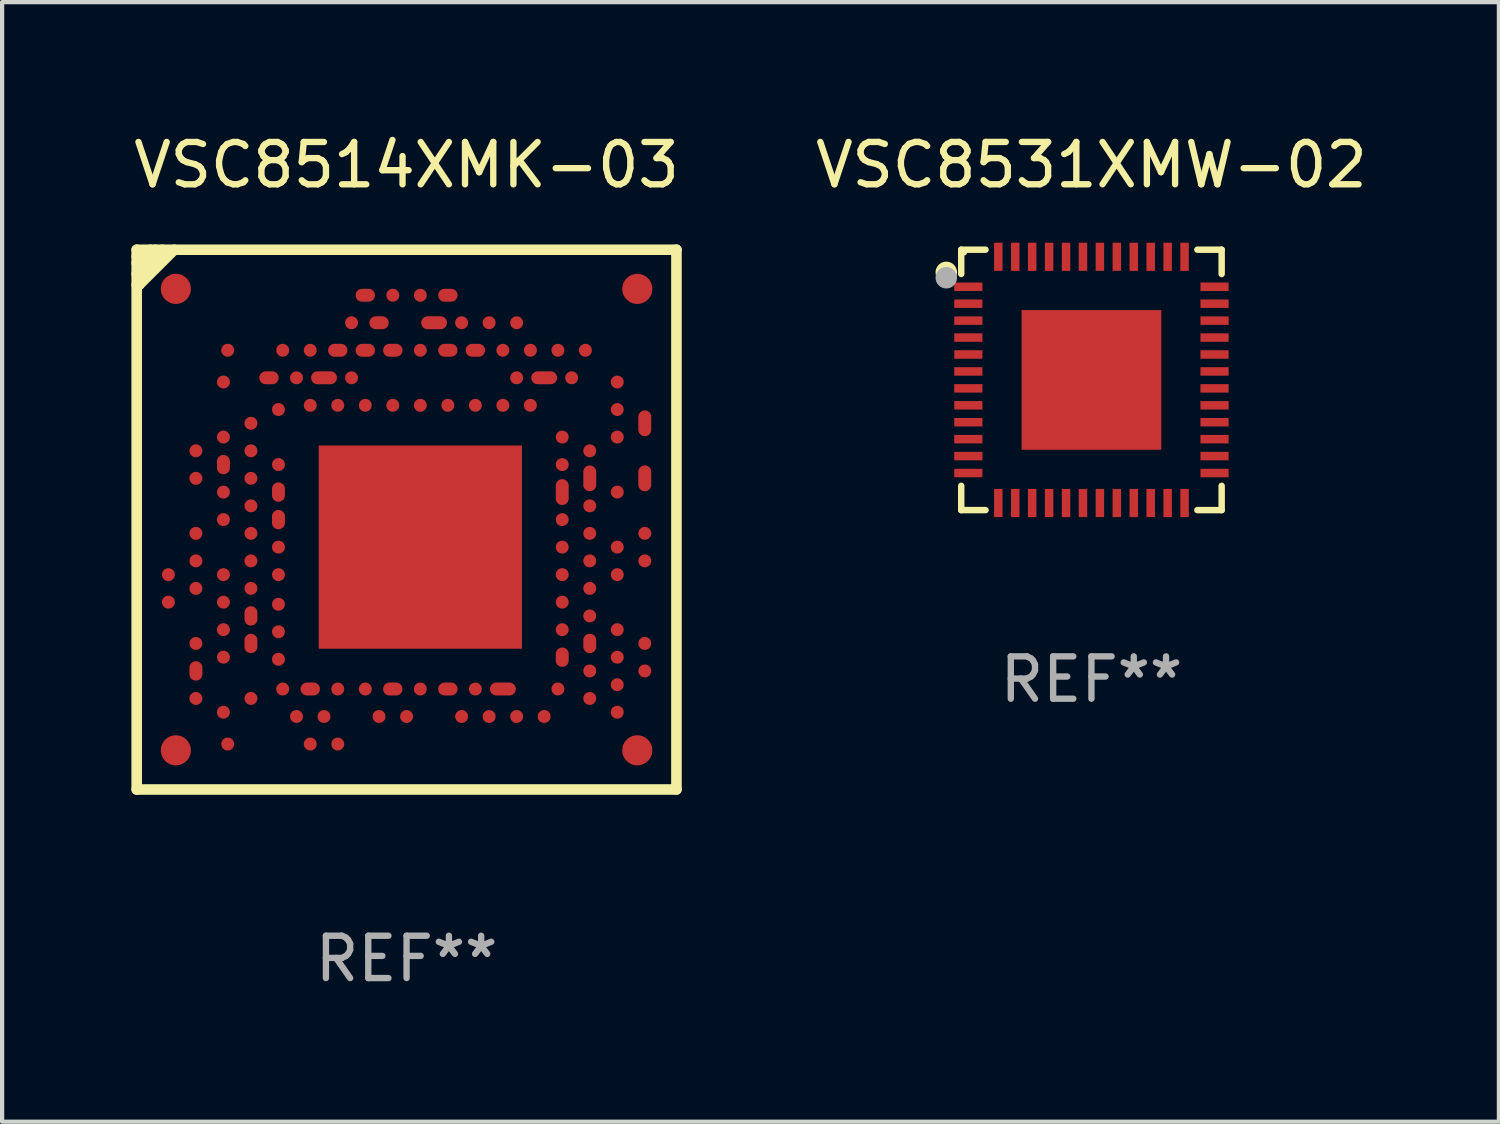
<source format=kicad_pcb>
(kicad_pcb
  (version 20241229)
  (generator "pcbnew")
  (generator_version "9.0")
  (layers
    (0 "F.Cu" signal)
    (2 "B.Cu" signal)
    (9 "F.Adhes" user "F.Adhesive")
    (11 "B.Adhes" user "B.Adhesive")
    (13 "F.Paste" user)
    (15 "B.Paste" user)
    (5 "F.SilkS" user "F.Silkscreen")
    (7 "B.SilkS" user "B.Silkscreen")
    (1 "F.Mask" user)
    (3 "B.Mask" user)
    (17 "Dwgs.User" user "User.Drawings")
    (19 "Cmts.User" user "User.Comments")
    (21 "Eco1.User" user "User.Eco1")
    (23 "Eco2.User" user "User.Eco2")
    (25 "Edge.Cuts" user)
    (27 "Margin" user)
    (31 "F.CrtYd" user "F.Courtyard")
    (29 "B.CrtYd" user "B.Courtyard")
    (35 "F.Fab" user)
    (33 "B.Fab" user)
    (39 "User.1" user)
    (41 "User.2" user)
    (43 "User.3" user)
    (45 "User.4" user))
  (footprint "VSC8531XMW-02"
    (layer "F.Cu")
    (at 22.732 5.924)
    (property "Reference" "VSC8531XMW-02" (at 0 -5.076 0) (layer "F.SilkS") (effects (font (size 1 1) (thickness 0.15))))
    (attr through_hole)
    (fp_line (start -3.076 -3.076) (end -3.076 -2.502) (stroke (width 0.152) (type solid)) (layer "F.SilkS"))
    (fp_line (start -3.076 3.076) (end -3.076 2.502) (stroke (width 0.152) (type solid)) (layer "F.SilkS"))
    (fp_line (start -2.502 -3.076) (end -3.076 -3.076) (stroke (width 0.152) (type solid)) (layer "F.SilkS"))
    (fp_line (start -2.502 3.076) (end -3.076 3.076) (stroke (width 0.152) (type solid)) (layer "F.SilkS"))
    (fp_line (start 2.502 -3.076) (end 3.076 -3.076) (stroke (width 0.152) (type solid)) (layer "F.SilkS"))
    (fp_line (start 2.502 3.076) (end 3.076 3.076) (stroke (width 0.152) (type solid)) (layer "F.SilkS"))
    (fp_line (start 3.076 -3.076) (end 3.076 -2.502) (stroke (width 0.152) (type solid)) (layer "F.SilkS"))
    (fp_line (start 3.076 3.076) (end 3.076 2.502) (stroke (width 0.152) (type solid)) (layer "F.SilkS"))
    (fp_circle (center -3.429 -2.54) (end -3.302 -2.54) (stroke (width 0.254) (type solid)) (fill no) (layer "F.SilkS"))
    (fp_circle (center -3 -3) (end -2.97 -3) (stroke (width 0.06) (type solid)) (fill no) (layer "F.SilkS"))
    (fp_circle (center -3.429 -2.413) (end -3.302 -2.413) (stroke (width 0.254) (type solid)) (fill no) (layer "F.Fab"))
    (fp_text user "REF**" (at 0 7.076 0) (layer "F.Fab") (effects (font (size 1 1) (thickness 0.15))))
    (pad "1" smd rect (at -2.908 -2.2 270) (size 0.2 0.665) (layers "F.Cu" "F.Mask" "F.Paste"))
    (pad "2" smd rect (at -2.908 -1.8 270) (size 0.2 0.665) (layers "F.Cu" "F.Mask" "F.Paste"))
    (pad "3" smd rect (at -2.908 -1.4 270) (size 0.2 0.665) (layers "F.Cu" "F.Mask" "F.Paste"))
    (pad "4" smd rect (at -2.908 -1 270) (size 0.2 0.665) (layers "F.Cu" "F.Mask" "F.Paste"))
    (pad "5" smd rect (at -2.908 -0.6 270) (size 0.2 0.665) (layers "F.Cu" "F.Mask" "F.Paste"))
    (pad "6" smd rect (at -2.908 -0.2 270) (size 0.2 0.665) (layers "F.Cu" "F.Mask" "F.Paste"))
    (pad "7" smd rect (at -2.908 0.2 270) (size 0.2 0.665) (layers "F.Cu" "F.Mask" "F.Paste"))
    (pad "8" smd rect (at -2.908 0.6 270) (size 0.2 0.665) (layers "F.Cu" "F.Mask" "F.Paste"))
    (pad "9" smd rect (at -2.908 1 270) (size 0.2 0.665) (layers "F.Cu" "F.Mask" "F.Paste"))
    (pad "10" smd rect (at -2.908 1.4 270) (size 0.2 0.665) (layers "F.Cu" "F.Mask" "F.Paste"))
    (pad "11" smd rect (at -2.908 1.8 270) (size 0.2 0.665) (layers "F.Cu" "F.Mask" "F.Paste"))
    (pad "12" smd rect (at -2.908 2.2 270) (size 0.2 0.665) (layers "F.Cu" "F.Mask" "F.Paste"))
    (pad "13" smd rect (at -2.2 2.908 270) (size 0.665 0.2) (layers "F.Cu" "F.Mask" "F.Paste"))
    (pad "14" smd rect (at -1.8 2.908 270) (size 0.665 0.2) (layers "F.Cu" "F.Mask" "F.Paste"))
    (pad "15" smd rect (at -1.4 2.908 270) (size 0.665 0.2) (layers "F.Cu" "F.Mask" "F.Paste"))
    (pad "16" smd rect (at -1 2.908 270) (size 0.665 0.2) (layers "F.Cu" "F.Mask" "F.Paste"))
    (pad "17" smd rect (at -0.6 2.908 270) (size 0.665 0.2) (layers "F.Cu" "F.Mask" "F.Paste"))
    (pad "18" smd rect (at -0.2 2.908 270) (size 0.665 0.2) (layers "F.Cu" "F.Mask" "F.Paste"))
    (pad "19" smd rect (at 0.2 2.908 270) (size 0.665 0.2) (layers "F.Cu" "F.Mask" "F.Paste"))
    (pad "20" smd rect (at 0.6 2.908 270) (size 0.665 0.2) (layers "F.Cu" "F.Mask" "F.Paste"))
    (pad "21" smd rect (at 1 2.908 270) (size 0.665 0.2) (layers "F.Cu" "F.Mask" "F.Paste"))
    (pad "22" smd rect (at 1.4 2.908 270) (size 0.665 0.2) (layers "F.Cu" "F.Mask" "F.Paste"))
    (pad "23" smd rect (at 1.8 2.908 270) (size 0.665 0.2) (layers "F.Cu" "F.Mask" "F.Paste"))
    (pad "24" smd rect (at 2.2 2.908 270) (size 0.665 0.2) (layers "F.Cu" "F.Mask" "F.Paste"))
    (pad "25" smd rect (at 2.908 2.2 270) (size 0.2 0.665) (layers "F.Cu" "F.Mask" "F.Paste"))
    (pad "26" smd rect (at 2.908 1.8 270) (size 0.2 0.665) (layers "F.Cu" "F.Mask" "F.Paste"))
    (pad "27" smd rect (at 2.908 1.4 270) (size 0.2 0.665) (layers "F.Cu" "F.Mask" "F.Paste"))
    (pad "28" smd rect (at 2.908 1 270) (size 0.2 0.665) (layers "F.Cu" "F.Mask" "F.Paste"))
    (pad "29" smd rect (at 2.908 0.6 270) (size 0.2 0.665) (layers "F.Cu" "F.Mask" "F.Paste"))
    (pad "30" smd rect (at 2.908 0.2 270) (size 0.2 0.665) (layers "F.Cu" "F.Mask" "F.Paste"))
    (pad "31" smd rect (at 2.908 -0.2 270) (size 0.2 0.665) (layers "F.Cu" "F.Mask" "F.Paste"))
    (pad "32" smd rect (at 2.908 -0.6 270) (size 0.2 0.665) (layers "F.Cu" "F.Mask" "F.Paste"))
    (pad "33" smd rect (at 2.908 -1 270) (size 0.2 0.665) (layers "F.Cu" "F.Mask" "F.Paste"))
    (pad "34" smd rect (at 2.908 -1.4 270) (size 0.2 0.665) (layers "F.Cu" "F.Mask" "F.Paste"))
    (pad "35" smd rect (at 2.908 -1.8 270) (size 0.2 0.665) (layers "F.Cu" "F.Mask" "F.Paste"))
    (pad "36" smd rect (at 2.908 -2.2 270) (size 0.2 0.665) (layers "F.Cu" "F.Mask" "F.Paste"))
    (pad "37" smd rect (at 2.2 -2.908 270) (size 0.665 0.2) (layers "F.Cu" "F.Mask" "F.Paste"))
    (pad "38" smd rect (at 1.8 -2.908 270) (size 0.665 0.2) (layers "F.Cu" "F.Mask" "F.Paste"))
    (pad "39" smd rect (at 1.4 -2.908 270) (size 0.665 0.2) (layers "F.Cu" "F.Mask" "F.Paste"))
    (pad "40" smd rect (at 1 -2.908 270) (size 0.665 0.2) (layers "F.Cu" "F.Mask" "F.Paste"))
    (pad "41" smd rect (at 0.6 -2.908 270) (size 0.665 0.2) (layers "F.Cu" "F.Mask" "F.Paste"))
    (pad "42" smd rect (at 0.2 -2.908 270) (size 0.665 0.2) (layers "F.Cu" "F.Mask" "F.Paste"))
    (pad "43" smd rect (at -0.2 -2.908 270) (size 0.665 0.2) (layers "F.Cu" "F.Mask" "F.Paste"))
    (pad "44" smd rect (at -0.6 -2.908 270) (size 0.665 0.2) (layers "F.Cu" "F.Mask" "F.Paste"))
    (pad "45" smd rect (at -1 -2.908 270) (size 0.665 0.2) (layers "F.Cu" "F.Mask" "F.Paste"))
    (pad "46" smd rect (at -1.4 -2.908 270) (size 0.665 0.2) (layers "F.Cu" "F.Mask" "F.Paste"))
    (pad "47" smd rect (at -1.8 -2.908 270) (size 0.665 0.2) (layers "F.Cu" "F.Mask" "F.Paste"))
    (pad "48" smd rect (at -2.2 -2.908 270) (size 0.665 0.2) (layers "F.Cu" "F.Mask" "F.Paste"))
    (pad "49" smd rect (at -0.000025 0.000025 270) (size 3.3 3.3) (layers "F.Cu" "F.Mask" "F.Paste")))
  (footprint "VSC8514XMK-03"
    (layer "F.Cu")
    (at 6.554 9.224)
    (property "Reference" "VSC8514XMK-03" (at 0 -8.375 0) (layer "F.SilkS") (effects (font (size 1 1) (thickness 0.15))))
    (attr through_hole)
    (fp_line (start -6.375 -6.375) (end -6.375 6.375) (stroke (width 0.25) (type solid)) (layer "F.SilkS"))
    (fp_line (start -6.375 -6.214) (end -6.212 -6.214) (stroke (width 0.25) (type solid)) (layer "F.SilkS"))
    (fp_line (start -6.375 -6.064) (end -6.245 -6.064) (stroke (width 0.25) (type solid)) (layer "F.SilkS"))
    (fp_line (start -6.375 -5.805) (end -6.344 -5.805) (stroke (width 0.25) (type solid)) (layer "F.SilkS"))
    (fp_line (start -6.375 -5.547) (end -6.316 -5.547) (stroke (width 0.25) (type solid)) (layer "F.SilkS"))
    (fp_line (start -6.375 6.375) (end 6.375 6.375) (stroke (width 0.25) (type solid)) (layer "F.SilkS"))
    (fp_line (start -6.344 -5.805) (end -5.774 -6.375) (stroke (width 0.25) (type solid)) (layer "F.SilkS"))
    (fp_line (start -6.316 -5.547) (end -5.487 -6.375) (stroke (width 0.25) (type solid)) (layer "F.SilkS"))
    (fp_line (start -6.245 -6.064) (end -5.934 -6.375) (stroke (width 0.25) (type solid)) (layer "F.SilkS"))
    (fp_line (start -6.212 -6.214) (end -6.051 -6.375) (stroke (width 0.25) (type solid)) (layer "F.SilkS"))
    (fp_line (start 6.375 -6.375) (end -6.375 -6.375) (stroke (width 0.25) (type solid)) (layer "F.SilkS"))
    (fp_line (start 6.375 6.375) (end 6.375 -6.375) (stroke (width 0.25) (type solid)) (layer "F.SilkS"))
    (fp_text user "REF**" (at 0 10.375 0) (layer "F.Fab") (effects (font (size 1 1) (thickness 0.15))))
    (pad "139" smd rect (at 0.325 0.65) (size 4.801 4.801) (layers "F.Cu" "F.Mask" "F.Paste"))
    (pad "A1" smd circle (at -5.45 -5.45) (size 0.711 0.711) (layers "F.Cu" "F.Mask" "F.Paste"))
    (pad "A2" smd circle (at -5.626 1.3) (size 0.305 0.305) (layers "F.Cu" "F.Mask" "F.Paste"))
    (pad "A3" smd circle (at -5.626 1.95) (size 0.305 0.305) (layers "F.Cu" "F.Mask" "F.Paste"))
    (pad "A4" smd circle (at -5.45 5.45) (size 0.711 0.711) (layers "F.Cu" "F.Mask" "F.Paste"))
    (pad "A5" smd circle (at 5.45 5.45) (size 0.711 0.711) (layers "F.Cu" "F.Mask" "F.Paste"))
    (pad "A6" smd circle (at 5.45 -5.45) (size 0.711 0.711) (layers "F.Cu" "F.Mask" "F.Paste"))
    (pad "A7" smd oval (at 0.975 -5.3) (size 0.457 0.305) (layers "F.Cu" "F.Mask" "F.Paste"))
    (pad "A8" smd circle (at 0.325 -5.3) (size 0.305 0.305) (layers "F.Cu" "F.Mask" "F.Paste"))
    (pad "A9" smd circle (at -0.325 -5.3) (size 0.305 0.305) (layers "F.Cu" "F.Mask" "F.Paste"))
    (pad "A10" smd oval (at -0.975 -5.3) (size 0.457 0.305) (layers "F.Cu" "F.Mask" "F.Paste"))
    (pad "B1" smd circle (at -4.976 -1.625) (size 0.305 0.305) (layers "F.Cu" "F.Mask" "F.Paste"))
    (pad "B2" smd circle (at -4.976 -0.975) (size 0.305 0.305) (layers "F.Cu" "F.Mask" "F.Paste"))
    (pad "B3" smd circle (at -4.976 0.325) (size 0.305 0.305) (layers "F.Cu" "F.Mask" "F.Paste"))
    (pad "B4" smd circle (at -4.976 0.975) (size 0.305 0.305) (layers "F.Cu" "F.Mask" "F.Paste"))
    (pad "B5" smd circle (at -4.976 1.625) (size 0.305 0.305) (layers "F.Cu" "F.Mask" "F.Paste"))
    (pad "B6" smd circle (at -4.976 2.925) (size 0.305 0.305) (layers "F.Cu" "F.Mask" "F.Paste"))
    (pad "B7" smd oval (at -4.976 3.575 90) (size 0.457 0.305) (layers "F.Cu" "F.Mask" "F.Paste"))
    (pad "B8" smd circle (at -4.976 4.225) (size 0.305 0.305) (layers "F.Cu" "F.Mask" "F.Paste"))
    (pad "B9" smd circle (at 5.627 3.575) (size 0.305 0.305) (layers "F.Cu" "F.Mask" "F.Paste"))
    (pad "B10" smd circle (at 5.627 2.925) (size 0.305 0.305) (layers "F.Cu" "F.Mask" "F.Paste"))
    (pad "B11" smd circle (at 5.627 0.975) (size 0.305 0.305) (layers "F.Cu" "F.Mask" "F.Paste"))
    (pad "B12" smd circle (at 5.627 0.325) (size 0.305 0.305) (layers "F.Cu" "F.Mask" "F.Paste"))
    (pad "B13" smd oval (at 5.627 -0.975 90) (size 0.61 0.305) (layers "F.Cu" "F.Mask" "F.Paste"))
    (pad "B14" smd oval (at 5.627 -2.275 90) (size 0.61 0.305) (layers "F.Cu" "F.Mask" "F.Paste"))
    (pad "B15" smd circle (at 2.6 -4.65) (size 0.305 0.305) (layers "F.Cu" "F.Mask" "F.Paste"))
    (pad "B16" smd circle (at 1.95 -4.65) (size 0.305 0.305) (layers "F.Cu" "F.Mask" "F.Paste"))
    (pad "B17" smd circle (at 1.3 -4.65) (size 0.305 0.305) (layers "F.Cu" "F.Mask" "F.Paste"))
    (pad "B18" smd oval (at 0.65 -4.65) (size 0.61 0.305) (layers "F.Cu" "F.Mask" "F.Paste"))
    (pad "B19" smd oval (at -0.65 -4.65) (size 0.457 0.305) (layers "F.Cu" "F.Mask" "F.Paste"))
    (pad "B20" smd circle (at -1.3 -4.65) (size 0.305 0.305) (layers "F.Cu" "F.Mask" "F.Paste"))
    (pad "C1" smd circle (at -4.326 -3.25) (size 0.305 0.305) (layers "F.Cu" "F.Mask" "F.Paste"))
    (pad "C2" smd circle (at -4.326 -1.95) (size 0.305 0.305) (layers "F.Cu" "F.Mask" "F.Paste"))
    (pad "C3" smd oval (at -4.326 -1.3 90) (size 0.457 0.305) (layers "F.Cu" "F.Mask" "F.Paste"))
    (pad "C4" smd circle (at -4.326 -0.65) (size 0.305 0.305) (layers "F.Cu" "F.Mask" "F.Paste"))
    (pad "C5" smd circle (at -4.326 0) (size 0.305 0.305) (layers "F.Cu" "F.Mask" "F.Paste"))
    (pad "C6" smd circle (at -4.326 1.3) (size 0.305 0.305) (layers "F.Cu" "F.Mask" "F.Paste"))
    (pad "C7" smd circle (at -4.326 1.95) (size 0.305 0.305) (layers "F.Cu" "F.Mask" "F.Paste"))
    (pad "C8" smd circle (at -4.326 2.6) (size 0.305 0.305) (layers "F.Cu" "F.Mask" "F.Paste"))
    (pad "C9" smd circle (at -4.326 3.25) (size 0.305 0.305) (layers "F.Cu" "F.Mask" "F.Paste"))
    (pad "C10" smd circle (at -4.326 4.55) (size 0.305 0.305) (layers "F.Cu" "F.Mask" "F.Paste"))
    (pad "C11" smd circle (at -4.225 5.302) (size 0.305 0.305) (layers "F.Cu" "F.Mask" "F.Paste"))
    (pad "C12" smd circle (at -2.275 5.302) (size 0.305 0.305) (layers "F.Cu" "F.Mask" "F.Paste"))
    (pad "C13" smd circle (at -1.625 5.302) (size 0.305 0.305) (layers "F.Cu" "F.Mask" "F.Paste"))
    (pad "C14" smd circle (at 4.977 4.55) (size 0.305 0.305) (layers "F.Cu" "F.Mask" "F.Paste"))
    (pad "C15" smd circle (at 4.977 3.9) (size 0.305 0.305) (layers "F.Cu" "F.Mask" "F.Paste"))
    (pad "C16" smd circle (at 4.977 3.25) (size 0.305 0.305) (layers "F.Cu" "F.Mask" "F.Paste"))
    (pad "C17" smd circle (at 4.977 2.6) (size 0.305 0.305) (layers "F.Cu" "F.Mask" "F.Paste"))
    (pad "C18" smd circle (at 4.977 1.3) (size 0.305 0.305) (layers "F.Cu" "F.Mask" "F.Paste"))
    (pad "C19" smd circle (at 4.977 0.65) (size 0.305 0.305) (layers "F.Cu" "F.Mask" "F.Paste"))
    (pad "C20" smd circle (at 4.977 -0.65) (size 0.305 0.305) (layers "F.Cu" "F.Mask" "F.Paste"))
    (pad "C21" smd circle (at 4.977 -1.95) (size 0.305 0.305) (layers "F.Cu" "F.Mask" "F.Paste"))
    (pad "C22" smd circle (at 4.977 -2.6) (size 0.305 0.305) (layers "F.Cu" "F.Mask" "F.Paste"))
    (pad "C23" smd circle (at 4.977 -3.25) (size 0.305 0.305) (layers "F.Cu" "F.Mask" "F.Paste"))
    (pad "C24" smd circle (at 4.225 -4) (size 0.305 0.305) (layers "F.Cu" "F.Mask" "F.Paste"))
    (pad "C25" smd circle (at 3.575 -4) (size 0.305 0.305) (layers "F.Cu" "F.Mask" "F.Paste"))
    (pad "C26" smd circle (at 2.925 -4) (size 0.305 0.305) (layers "F.Cu" "F.Mask" "F.Paste"))
    (pad "C27" smd circle (at 2.275 -4) (size 0.305 0.305) (layers "F.Cu" "F.Mask" "F.Paste"))
    (pad "C28" smd oval (at 1.625 -4) (size 0.457 0.305) (layers "F.Cu" "F.Mask" "F.Paste"))
    (pad "C29" smd oval (at 0.975 -4) (size 0.457 0.305) (layers "F.Cu" "F.Mask" "F.Paste"))
    (pad "C30" smd circle (at 0.325 -4) (size 0.305 0.305) (layers "F.Cu" "F.Mask" "F.Paste"))
    (pad "C31" smd oval (at -0.325 -4) (size 0.457 0.305) (layers "F.Cu" "F.Mask" "F.Paste"))
    (pad "C32" smd oval (at -0.975 -4) (size 0.457 0.305) (layers "F.Cu" "F.Mask" "F.Paste"))
    (pad "C33" smd oval (at -1.625 -4) (size 0.457 0.305) (layers "F.Cu" "F.Mask" "F.Paste"))
    (pad "C34" smd circle (at -2.275 -4) (size 0.305 0.305) (layers "F.Cu" "F.Mask" "F.Paste"))
    (pad "C35" smd circle (at -2.925 -4) (size 0.305 0.305) (layers "F.Cu" "F.Mask" "F.Paste"))
    (pad "C36" smd circle (at -4.225 -4.001) (size 0.305 0.305) (layers "F.Cu" "F.Mask" "F.Paste"))
    (pad "D1" smd circle (at -3.676 -2.275) (size 0.305 0.305) (layers "F.Cu" "F.Mask" "F.Paste"))
    (pad "D2" smd circle (at -3.676 -1.625) (size 0.305 0.305) (layers "F.Cu" "F.Mask" "F.Paste"))
    (pad "D3" smd circle (at -3.676 -0.975) (size 0.305 0.305) (layers "F.Cu" "F.Mask" "F.Paste"))
    (pad "D4" smd circle (at -3.676 -0.325) (size 0.305 0.305) (layers "F.Cu" "F.Mask" "F.Paste"))
    (pad "D5" smd circle (at -3.676 0.325) (size 0.305 0.305) (layers "F.Cu" "F.Mask" "F.Paste"))
    (pad "D6" smd circle (at -3.676 0.975) (size 0.305 0.305) (layers "F.Cu" "F.Mask" "F.Paste"))
    (pad "D7" smd circle (at -3.676 1.625) (size 0.305 0.305) (layers "F.Cu" "F.Mask" "F.Paste"))
    (pad "D8" smd oval (at -3.676 2.275 90) (size 0.457 0.305) (layers "F.Cu" "F.Mask" "F.Paste"))
    (pad "D9" smd oval (at -3.676 2.925 90) (size 0.457 0.305) (layers "F.Cu" "F.Mask" "F.Paste"))
    (pad "D10" smd circle (at -3.676 4.225) (size 0.305 0.305) (layers "F.Cu" "F.Mask" "F.Paste"))
    (pad "D11" smd circle (at -2.6 4.651) (size 0.305 0.305) (layers "F.Cu" "F.Mask" "F.Paste"))
    (pad "D12" smd circle (at -1.95 4.651) (size 0.305 0.305) (layers "F.Cu" "F.Mask" "F.Paste"))
    (pad "D13" smd circle (at -0.65 4.651) (size 0.305 0.305) (layers "F.Cu" "F.Mask" "F.Paste"))
    (pad "D14" smd circle (at 0 4.651) (size 0.305 0.305) (layers "F.Cu" "F.Mask" "F.Paste"))
    (pad "D15" smd circle (at 1.3 4.651) (size 0.305 0.305) (layers "F.Cu" "F.Mask" "F.Paste"))
    (pad "D16" smd circle (at 1.95 4.651) (size 0.305 0.305) (layers "F.Cu" "F.Mask" "F.Paste"))
    (pad "D17" smd circle (at 2.6 4.651) (size 0.305 0.305) (layers "F.Cu" "F.Mask" "F.Paste"))
    (pad "D18" smd circle (at 3.25 4.651) (size 0.305 0.305) (layers "F.Cu" "F.Mask" "F.Paste"))
    (pad "D19" smd circle (at 4.327 4.225) (size 0.305 0.305) (layers "F.Cu" "F.Mask" "F.Paste"))
    (pad "D20" smd circle (at 4.327 3.575) (size 0.305 0.305) (layers "F.Cu" "F.Mask" "F.Paste"))
    (pad "D21" smd oval (at 4.327 2.925 90) (size 0.457 0.305) (layers "F.Cu" "F.Mask" "F.Paste"))
    (pad "D22" smd circle (at 4.327 2.275) (size 0.305 0.305) (layers "F.Cu" "F.Mask" "F.Paste"))
    (pad "D23" smd circle (at 4.327 1.625) (size 0.305 0.305) (layers "F.Cu" "F.Mask" "F.Paste"))
    (pad "D24" smd circle (at 4.327 0.975) (size 0.305 0.305) (layers "F.Cu" "F.Mask" "F.Paste"))
    (pad "D25" smd circle (at 4.327 0.325) (size 0.305 0.305) (layers "F.Cu" "F.Mask" "F.Paste"))
    (pad "D26" smd circle (at 4.327 -0.325) (size 0.305 0.305) (layers "F.Cu" "F.Mask" "F.Paste"))
    (pad "D27" smd oval (at 4.327 -0.975 90) (size 0.61 0.305) (layers "F.Cu" "F.Mask" "F.Paste"))
    (pad "D28" smd circle (at 4.327 -1.625) (size 0.305 0.305) (layers "F.Cu" "F.Mask" "F.Paste"))
    (pad "D29" smd circle (at 3.9 -3.35) (size 0.305 0.305) (layers "F.Cu" "F.Mask" "F.Paste"))
    (pad "D30" smd oval (at 3.25 -3.35) (size 0.61 0.305) (layers "F.Cu" "F.Mask" "F.Paste"))
    (pad "D31" smd circle (at 2.6 -3.35) (size 0.305 0.305) (layers "F.Cu" "F.Mask" "F.Paste"))
    (pad "D32" smd circle (at -1.3 -3.35) (size 0.305 0.305) (layers "F.Cu" "F.Mask" "F.Paste"))
    (pad "D33" smd oval (at -1.95 -3.35) (size 0.61 0.305) (layers "F.Cu" "F.Mask" "F.Paste"))
    (pad "D34" smd circle (at -2.6 -3.35) (size 0.305 0.305) (layers "F.Cu" "F.Mask" "F.Paste"))
    (pad "D35" smd oval (at -3.25 -3.35) (size 0.457 0.305) (layers "F.Cu" "F.Mask" "F.Paste"))
    (pad "E1" smd circle (at -3.026 -2.6) (size 0.305 0.305) (layers "F.Cu" "F.Mask" "F.Paste"))
    (pad "E2" smd circle (at -3.026 -1.3) (size 0.305 0.305) (layers "F.Cu" "F.Mask" "F.Paste"))
    (pad "E3" smd oval (at -3.026 -0.65 90) (size 0.457 0.305) (layers "F.Cu" "F.Mask" "F.Paste"))
    (pad "E4" smd oval (at -3.026 0 90) (size 0.457 0.305) (layers "F.Cu" "F.Mask" "F.Paste"))
    (pad "E5" smd circle (at -3.026 0.65) (size 0.305 0.305) (layers "F.Cu" "F.Mask" "F.Paste"))
    (pad "E6" smd circle (at -3.026 1.3) (size 0.305 0.305) (layers "F.Cu" "F.Mask" "F.Paste"))
    (pad "E7" smd circle (at -3.026 2) (size 0.305 0.305) (layers "F.Cu" "F.Mask" "F.Paste"))
    (pad "E8" smd circle (at -3.026 2.65) (size 0.305 0.305) (layers "F.Cu" "F.Mask" "F.Paste"))
    (pad "E9" smd circle (at -3.026 3.3) (size 0.305 0.305) (layers "F.Cu" "F.Mask" "F.Paste"))
    (pad "E10" smd circle (at -2.925 4.002) (size 0.305 0.305) (layers "F.Cu" "F.Mask" "F.Paste"))
    (pad "E11" smd oval (at -2.275 4.002) (size 0.457 0.305) (layers "F.Cu" "F.Mask" "F.Paste"))
    (pad "E12" smd circle (at -1.625 4.002) (size 0.305 0.305) (layers "F.Cu" "F.Mask" "F.Paste"))
    (pad "E13" smd circle (at -0.975 4.002) (size 0.305 0.305) (layers "F.Cu" "F.Mask" "F.Paste"))
    (pad "E14" smd oval (at -0.325 4.002) (size 0.457 0.305) (layers "F.Cu" "F.Mask" "F.Paste"))
    (pad "E15" smd circle (at 0.325 4.002) (size 0.305 0.305) (layers "F.Cu" "F.Mask" "F.Paste"))
    (pad "E16" smd oval (at 0.975 4.002) (size 0.457 0.305) (layers "F.Cu" "F.Mask" "F.Paste"))
    (pad "E17" smd circle (at 1.625 4.002) (size 0.305 0.305) (layers "F.Cu" "F.Mask" "F.Paste"))
    (pad "E18" smd oval (at 2.275 4.002) (size 0.61 0.305) (layers "F.Cu" "F.Mask" "F.Paste"))
    (pad "E19" smd circle (at 3.575 4.001) (size 0.305 0.305) (layers "F.Cu" "F.Mask" "F.Paste"))
    (pad "E20" smd oval (at 3.677 3.25 90) (size 0.457 0.305) (layers "F.Cu" "F.Mask" "F.Paste"))
    (pad "E21" smd circle (at 3.677 2.6) (size 0.305 0.305) (layers "F.Cu" "F.Mask" "F.Paste"))
    (pad "E22" smd circle (at 3.677 1.95) (size 0.305 0.305) (layers "F.Cu" "F.Mask" "F.Paste"))
    (pad "E23" smd circle (at 3.677 1.3) (size 0.305 0.305) (layers "F.Cu" "F.Mask" "F.Paste"))
    (pad "E24" smd circle (at 3.677 0.65) (size 0.305 0.305) (layers "F.Cu" "F.Mask" "F.Paste"))
    (pad "E25" smd circle (at 3.677 0) (size 0.305 0.305) (layers "F.Cu" "F.Mask" "F.Paste"))
    (pad "E26" smd oval (at 3.677 -0.65 90) (size 0.61 0.305) (layers "F.Cu" "F.Mask" "F.Paste"))
    (pad "E27" smd circle (at 3.677 -1.3) (size 0.305 0.305) (layers "F.Cu" "F.Mask" "F.Paste"))
    (pad "E28" smd circle (at 3.677 -1.95) (size 0.305 0.305) (layers "F.Cu" "F.Mask" "F.Paste"))
    (pad "E29" smd circle (at 2.925 -2.7) (size 0.305 0.305) (layers "F.Cu" "F.Mask" "F.Paste"))
    (pad "E30" smd circle (at 2.275 -2.7) (size 0.305 0.305) (layers "F.Cu" "F.Mask" "F.Paste"))
    (pad "E31" smd circle (at 1.625 -2.7) (size 0.305 0.305) (layers "F.Cu" "F.Mask" "F.Paste"))
    (pad "E32" smd circle (at 0.975 -2.7) (size 0.305 0.305) (layers "F.Cu" "F.Mask" "F.Paste"))
    (pad "E33" smd circle (at 0.325 -2.7) (size 0.305 0.305) (layers "F.Cu" "F.Mask" "F.Paste"))
    (pad "E34" smd circle (at -0.325 -2.7) (size 0.305 0.305) (layers "F.Cu" "F.Mask" "F.Paste"))
    (pad "E35" smd circle (at -0.975 -2.7) (size 0.305 0.305) (layers "F.Cu" "F.Mask" "F.Paste"))
    (pad "E36" smd circle (at -1.625 -2.7) (size 0.305 0.305) (layers "F.Cu" "F.Mask" "F.Paste"))
    (pad "E37" smd circle (at -2.275 -2.7) (size 0.305 0.305) (layers "F.Cu" "F.Mask" "F.Paste")))
  (gr_rect
    (start -3 -3)
    (end 32.357 23.447)
    (stroke (width 0.1) (type default))
    (fill no)
    (layer "Edge.Cuts")))
</source>
